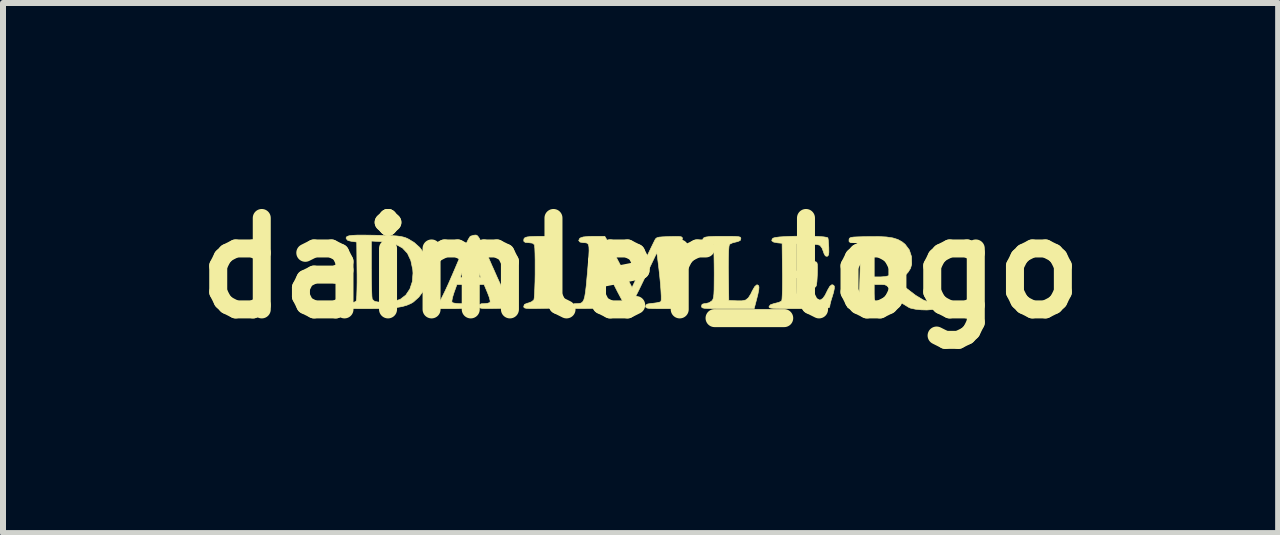
<source format=kicad_pcb>
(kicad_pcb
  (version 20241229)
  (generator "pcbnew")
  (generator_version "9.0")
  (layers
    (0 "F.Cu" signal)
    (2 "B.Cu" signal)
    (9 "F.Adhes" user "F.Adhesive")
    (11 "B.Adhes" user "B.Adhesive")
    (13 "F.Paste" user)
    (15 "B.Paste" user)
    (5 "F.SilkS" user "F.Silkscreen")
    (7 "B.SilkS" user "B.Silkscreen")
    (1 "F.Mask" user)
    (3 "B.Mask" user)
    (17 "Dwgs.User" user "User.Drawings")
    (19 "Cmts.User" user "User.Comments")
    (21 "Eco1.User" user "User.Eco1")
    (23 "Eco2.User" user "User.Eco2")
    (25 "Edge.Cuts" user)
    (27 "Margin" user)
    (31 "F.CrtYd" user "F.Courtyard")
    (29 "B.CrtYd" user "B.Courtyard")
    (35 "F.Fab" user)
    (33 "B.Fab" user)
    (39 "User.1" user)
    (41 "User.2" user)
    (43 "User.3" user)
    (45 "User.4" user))
  (footprint "daimler_logo"
    (layer "F.Cu")
    (at 7.627 1.418)
    (property "Reference" "daimler_logo" (at 0 0 0) (layer "F.SilkS") (effects (font (size 1.524 1.524) (thickness 0.3))))
    (attr through_hole)
    (fp_poly (pts (xy -1.508 -0.529) (xy -1.434 -0.527) (xy -1.388 -0.522) (xy -1.364 -0.513) (xy -1.356 -0.5) (xy -1.355 -0.49) (xy -1.372 -0.457) (xy -1.426 -0.43) (xy -1.439 -0.426) (xy -1.524 -0.4) (xy -1.524 0.083) (xy -1.524 0.243) (xy -1.523 0.365) (xy -1.52 0.455) (xy -1.514 0.518) (xy -1.503 0.558) (xy -1.486 0.58) (xy -1.461 0.59) (xy -1.429 0.593) (xy -1.394 0.593) (xy -1.349 0.598) (xy -1.336 0.62) (xy -1.338 0.63) (xy -1.344 0.644) (xy -1.363 0.655) (xy -1.4 0.662) (xy -1.461 0.667) (xy -1.553 0.671) (xy -1.646 0.673) (xy -1.764 0.675) (xy -1.847 0.675) (xy -1.9 0.672) (xy -1.93 0.666) (xy -1.944 0.656) (xy -1.947 0.641) (xy -1.947 0.638) (xy -1.934 0.606) (xy -1.887 0.586) (xy -1.874 0.584) (xy -1.818 0.563) (xy -1.78 0.533) (xy -1.778 0.53) (xy -1.772 0.498) (xy -1.767 0.431) (xy -1.763 0.338) (xy -1.759 0.227) (xy -1.757 0.106) (xy -1.757 -0.018) (xy -1.757 -0.136) (xy -1.759 -0.241) (xy -1.762 -0.324) (xy -1.767 -0.377) (xy -1.77 -0.39) (xy -1.801 -0.415) (xy -1.865 -0.423) (xy -1.92 -0.427) (xy -1.944 -0.443) (xy -1.947 -0.463) (xy -1.943 -0.488) (xy -1.927 -0.506) (xy -1.892 -0.518) (xy -1.833 -0.525) (xy -1.743 -0.528) (xy -1.618 -0.529) (xy -1.618 -0.529) (xy -1.508 -0.529)) (stroke (width 0.01) (type solid)) (fill yes) (layer "F.SilkS"))
    (fp_poly (pts (xy 1.503 -0.529) (xy 1.582 -0.527) (xy 1.631 -0.523) (xy 1.659 -0.516) (xy 1.67 -0.504) (xy 1.672 -0.489) (xy 1.661 -0.459) (xy 1.62 -0.441) (xy 1.589 -0.434) (xy 1.529 -0.418) (xy 1.488 -0.398) (xy 1.482 -0.393) (xy 1.474 -0.359) (xy 1.468 -0.284) (xy 1.465 -0.167) (xy 1.464 -0.009) (xy 1.465 0.087) (xy 1.471 0.54) (xy 1.606 0.546) (xy 1.692 0.546) (xy 1.752 0.533) (xy 1.797 0.497) (xy 1.837 0.434) (xy 1.863 0.38) (xy 1.903 0.31) (xy 1.936 0.281) (xy 1.946 0.28) (xy 1.966 0.291) (xy 1.974 0.316) (xy 1.971 0.362) (xy 1.956 0.437) (xy 1.934 0.524) (xy 1.894 0.677) (xy 1.455 0.677) (xy 1.308 0.677) (xy 1.199 0.676) (xy 1.12 0.674) (xy 1.068 0.671) (xy 1.037 0.665) (xy 1.022 0.656) (xy 1.017 0.644) (xy 1.016 0.635) (xy 1.026 0.604) (xy 1.063 0.593) (xy 1.079 0.593) (xy 1.142 0.578) (xy 1.185 0.55) (xy 1.2 0.534) (xy 1.21 0.512) (xy 1.218 0.479) (xy 1.223 0.429) (xy 1.226 0.357) (xy 1.227 0.255) (xy 1.228 0.119) (xy 1.228 0.076) (xy 1.227 -0.057) (xy 1.225 -0.176) (xy 1.223 -0.276) (xy 1.219 -0.348) (xy 1.216 -0.387) (xy 1.215 -0.39) (xy 1.184 -0.415) (xy 1.12 -0.423) (xy 1.065 -0.427) (xy 1.041 -0.443) (xy 1.037 -0.463) (xy 1.041 -0.488) (xy 1.056 -0.505) (xy 1.089 -0.517) (xy 1.146 -0.524) (xy 1.231 -0.528) (xy 1.351 -0.529) (xy 1.388 -0.529) (xy 1.503 -0.529)) (stroke (width 0.01) (type solid)) (fill yes) (layer "F.SilkS"))
    (fp_poly (pts (xy -4.454 -0.547) (xy -4.399 -0.546) (xy -4.254 -0.543) (xy -4.145 -0.54) (xy -4.064 -0.535) (xy -4.003 -0.527) (xy -3.955 -0.517) (xy -3.914 -0.504) (xy -3.879 -0.489) (xy -3.775 -0.427) (xy -3.68 -0.342) (xy -3.608 -0.246) (xy -3.576 -0.178) (xy -3.556 -0.081) (xy -3.548 0.037) (xy -3.553 0.16) (xy -3.571 0.268) (xy -3.575 0.28) (xy -3.622 0.385) (xy -3.696 0.485) (xy -3.785 0.565) (xy -3.828 0.591) (xy -3.896 0.62) (xy -3.973 0.642) (xy -4.066 0.658) (xy -4.182 0.669) (xy -4.326 0.675) (xy -4.505 0.677) (xy -4.543 0.677) (xy -4.685 0.677) (xy -4.79 0.676) (xy -4.864 0.674) (xy -4.911 0.669) (xy -4.937 0.663) (xy -4.948 0.654) (xy -4.949 0.641) (xy -4.949 0.64) (xy -4.927 0.612) (xy -4.869 0.594) (xy -4.85 0.591) (xy -4.79 0.577) (xy -4.747 0.556) (xy -4.74 0.549) (xy -4.734 0.52) (xy -4.73 0.455) (xy -4.727 0.36) (xy -4.725 0.243) (xy -4.725 0.109) (xy -4.726 0.042) (xy -4.731 -0.434) (xy -4.815 -0.445) (xy -4.839 -0.45) (xy -4.487 -0.45) (xy -4.487 0.023) (xy -4.486 0.162) (xy -4.484 0.286) (xy -4.481 0.39) (xy -4.478 0.468) (xy -4.473 0.513) (xy -4.471 0.521) (xy -4.439 0.55) (xy -4.424 0.557) (xy -4.377 0.566) (xy -4.302 0.566) (xy -4.213 0.561) (xy -4.125 0.55) (xy -4.05 0.536) (xy -4.006 0.522) (xy -3.913 0.451) (xy -3.845 0.35) (xy -3.804 0.226) (xy -3.793 0.085) (xy -3.797 0.028) (xy -3.829 -0.125) (xy -3.885 -0.245) (xy -3.968 -0.334) (xy -4.081 -0.396) (xy -4.226 -0.431) (xy -4.312 -0.44) (xy -4.487 -0.45) (xy -4.839 -0.45) (xy -4.88 -0.461) (xy -4.906 -0.49) (xy -4.907 -0.491) (xy -4.906 -0.512) (xy -4.891 -0.527) (xy -4.858 -0.538) (xy -4.802 -0.545) (xy -4.719 -0.549) (xy -4.605 -0.549) (xy -4.454 -0.547)) (stroke (width 0.01) (type solid)) (fill yes) (layer "F.SilkS"))
    (fp_poly (pts (xy 4.1 -0.518) (xy 4.206 -0.502) (xy 4.289 -0.476) (xy 4.358 -0.438) (xy 4.41 -0.396) (xy 4.48 -0.303) (xy 4.517 -0.189) (xy 4.52 -0.067) (xy 4.518 -0.056) (xy 4.499 0.008) (xy 4.46 0.069) (xy 4.403 0.13) (xy 4.301 0.229) (xy 4.438 0.342) (xy 4.584 0.454) (xy 4.711 0.531) (xy 4.821 0.575) (xy 4.863 0.584) (xy 4.926 0.602) (xy 4.952 0.627) (xy 4.939 0.658) (xy 4.912 0.677) (xy 4.856 0.692) (xy 4.773 0.699) (xy 4.677 0.696) (xy 4.582 0.686) (xy 4.503 0.669) (xy 4.477 0.659) (xy 4.342 0.576) (xy 4.227 0.458) (xy 4.177 0.387) (xy 4.136 0.326) (xy 4.105 0.293) (xy 4.07 0.278) (xy 4.018 0.275) (xy 4 0.275) (xy 3.895 0.275) (xy 3.895 0.421) (xy 3.897 0.506) (xy 3.909 0.557) (xy 3.936 0.583) (xy 3.986 0.592) (xy 4.025 0.593) (xy 4.07 0.598) (xy 4.082 0.62) (xy 4.081 0.63) (xy 4.074 0.644) (xy 4.056 0.655) (xy 4.02 0.662) (xy 3.96 0.667) (xy 3.87 0.67) (xy 3.76 0.673) (xy 3.639 0.675) (xy 3.554 0.675) (xy 3.499 0.672) (xy 3.468 0.666) (xy 3.455 0.657) (xy 3.454 0.644) (xy 3.454 0.642) (xy 3.48 0.61) (xy 3.532 0.59) (xy 3.587 0.574) (xy 3.626 0.553) (xy 3.627 0.552) (xy 3.634 0.524) (xy 3.641 0.462) (xy 3.647 0.373) (xy 3.653 0.265) (xy 3.657 0.148) (xy 3.895 0.148) (xy 4.002 0.148) (xy 4.077 0.142) (xy 4.145 0.127) (xy 4.167 0.118) (xy 4.231 0.062) (xy 4.268 -0.025) (xy 4.276 -0.108) (xy 4.261 -0.224) (xy 4.216 -0.312) (xy 4.138 -0.373) (xy 4.027 -0.41) (xy 3.99 -0.416) (xy 3.895 -0.429) (xy 3.895 0.148) (xy 3.657 0.148) (xy 3.657 0.146) (xy 3.66 0.022) (xy 3.662 -0.097) (xy 3.661 -0.205) (xy 3.659 -0.294) (xy 3.655 -0.355) (xy 3.652 -0.374) (xy 3.637 -0.407) (xy 3.604 -0.421) (xy 3.554 -0.423) (xy 3.5 -0.426) (xy 3.477 -0.438) (xy 3.475 -0.466) (xy 3.475 -0.471) (xy 3.479 -0.489) (xy 3.49 -0.502) (xy 3.513 -0.511) (xy 3.556 -0.517) (xy 3.625 -0.52) (xy 3.726 -0.523) (xy 3.797 -0.524) (xy 3.966 -0.525) (xy 4.1 -0.518)) (stroke (width 0.01) (type solid)) (fill yes) (layer "F.SilkS"))
    (fp_poly (pts (xy -2.732 -0.547) (xy -2.715 -0.534) (xy -2.695 -0.508) (xy -2.67 -0.464) (xy -2.637 -0.398) (xy -2.594 -0.307) (xy -2.539 -0.185) (xy -2.471 -0.029) (xy -2.457 0.001) (xy -2.389 0.155) (xy -2.326 0.292) (xy -2.272 0.406) (xy -2.227 0.494) (xy -2.195 0.551) (xy -2.178 0.572) (xy -2.125 0.59) (xy -2.095 0.593) (xy -2.061 0.603) (xy -2.057 0.63) (xy -2.064 0.644) (xy -2.082 0.655) (xy -2.118 0.662) (xy -2.178 0.667) (xy -2.269 0.67) (xy -2.376 0.673) (xy -2.497 0.675) (xy -2.582 0.675) (xy -2.637 0.673) (xy -2.669 0.667) (xy -2.684 0.657) (xy -2.688 0.643) (xy -2.688 0.636) (xy -2.681 0.607) (xy -2.653 0.595) (xy -2.605 0.593) (xy -2.548 0.587) (xy -2.511 0.574) (xy -2.507 0.57) (xy -2.508 0.54) (xy -2.523 0.484) (xy -2.55 0.413) (xy -2.551 0.411) (xy -2.608 0.275) (xy -3.061 0.275) (xy -3.11 0.412) (xy -3.132 0.483) (xy -3.144 0.54) (xy -3.144 0.57) (xy -3.144 0.57) (xy -3.116 0.583) (xy -3.062 0.591) (xy -3.026 0.593) (xy -2.963 0.595) (xy -2.931 0.605) (xy -2.921 0.626) (xy -2.921 0.635) (xy -2.923 0.652) (xy -2.934 0.664) (xy -2.961 0.671) (xy -3.01 0.675) (xy -3.088 0.677) (xy -3.201 0.677) (xy -3.207 0.677) (xy -3.322 0.677) (xy -3.401 0.675) (xy -3.451 0.671) (xy -3.478 0.664) (xy -3.49 0.653) (xy -3.492 0.636) (xy -3.493 0.635) (xy -3.479 0.601) (xy -3.442 0.593) (xy -3.387 0.579) (xy -3.35 0.556) (xy -3.33 0.527) (xy -3.298 0.464) (xy -3.254 0.374) (xy -3.202 0.261) (xy -3.154 0.151) (xy -2.999 0.151) (xy -2.986 0.162) (xy -2.949 0.167) (xy -2.88 0.169) (xy -2.839 0.169) (xy -2.759 0.168) (xy -2.699 0.163) (xy -2.669 0.156) (xy -2.667 0.153) (xy -2.674 0.126) (xy -2.694 0.072) (xy -2.722 0.002) (xy -2.754 -0.076) (xy -2.785 -0.149) (xy -2.813 -0.21) (xy -2.831 -0.247) (xy -2.836 -0.254) (xy -2.848 -0.235) (xy -2.871 -0.185) (xy -2.902 -0.11) (xy -2.939 -0.019) (xy -2.977 0.08) (xy -2.997 0.132) (xy -2.999 0.151) (xy -3.154 0.151) (xy -3.145 0.131) (xy -3.091 0.005) (xy -3.022 -0.157) (xy -2.961 -0.294) (xy -2.909 -0.402) (xy -2.87 -0.48) (xy -2.843 -0.523) (xy -2.836 -0.53) (xy -2.782 -0.547) (xy -2.748 -0.55) (xy -2.732 -0.547)) (stroke (width 0.01) (type solid)) (fill yes) (layer "F.SilkS"))
    (fp_poly (pts (xy 2.869 -0.53) (xy 2.971 -0.526) (xy 3.052 -0.52) (xy 3.106 -0.511) (xy 3.123 -0.503) (xy 3.129 -0.469) (xy 3.134 -0.407) (xy 3.138 -0.339) (xy 3.139 -0.263) (xy 3.134 -0.22) (xy 3.12 -0.2) (xy 3.107 -0.195) (xy 3.08 -0.203) (xy 3.058 -0.243) (xy 3.048 -0.273) (xy 3.025 -0.333) (xy 2.994 -0.375) (xy 2.985 -0.381) (xy 2.946 -0.391) (xy 2.877 -0.398) (xy 2.793 -0.402) (xy 2.774 -0.402) (xy 2.603 -0.402) (xy 2.603 0.044) (xy 2.725 0.038) (xy 2.794 0.033) (xy 2.831 0.024) (xy 2.847 0.005) (xy 2.853 -0.032) (xy 2.854 -0.037) (xy 2.866 -0.088) (xy 2.893 -0.106) (xy 2.899 -0.106) (xy 2.923 -0.104) (xy 2.939 -0.092) (xy 2.947 -0.063) (xy 2.949 -0.01) (xy 2.948 0.074) (xy 2.946 0.127) (xy 2.94 0.225) (xy 2.932 0.287) (xy 2.919 0.315) (xy 2.912 0.318) (xy 2.888 0.299) (xy 2.867 0.255) (xy 2.865 0.249) (xy 2.851 0.21) (xy 2.831 0.188) (xy 2.792 0.178) (xy 2.725 0.174) (xy 2.603 0.167) (xy 2.603 0.318) (xy 2.606 0.419) (xy 2.616 0.486) (xy 2.643 0.525) (xy 2.692 0.544) (xy 2.77 0.55) (xy 2.825 0.55) (xy 2.923 0.548) (xy 2.99 0.536) (xy 3.038 0.507) (xy 3.076 0.454) (xy 3.117 0.371) (xy 3.121 0.363) (xy 3.156 0.303) (xy 3.191 0.277) (xy 3.22 0.287) (xy 3.231 0.306) (xy 3.23 0.342) (xy 3.218 0.403) (xy 3.198 0.469) (xy 3.175 0.543) (xy 3.159 0.606) (xy 3.154 0.639) (xy 3.151 0.651) (xy 3.141 0.66) (xy 3.118 0.667) (xy 3.076 0.672) (xy 3.012 0.675) (xy 2.92 0.676) (xy 2.796 0.677) (xy 2.644 0.677) (xy 2.484 0.677) (xy 2.362 0.676) (xy 2.272 0.675) (xy 2.21 0.671) (xy 2.171 0.667) (xy 2.149 0.66) (xy 2.142 0.651) (xy 2.142 0.641) (xy 2.167 0.611) (xy 2.232 0.59) (xy 2.242 0.588) (xy 2.303 0.573) (xy 2.345 0.553) (xy 2.353 0.546) (xy 2.358 0.517) (xy 2.362 0.453) (xy 2.365 0.36) (xy 2.366 0.244) (xy 2.366 0.111) (xy 2.365 0.053) (xy 2.36 -0.413) (xy 2.286 -0.42) (xy 2.218 -0.433) (xy 2.187 -0.455) (xy 2.195 -0.485) (xy 2.211 -0.499) (xy 2.245 -0.509) (xy 2.312 -0.518) (xy 2.404 -0.524) (xy 2.513 -0.529) (xy 2.632 -0.531) (xy 2.753 -0.532) (xy 2.869 -0.53)) (stroke (width 0.01) (type solid)) (fill yes) (layer "F.SilkS"))
    (fp_poly (pts (xy -0.555 -0.46) (xy -0.532 -0.42) (xy -0.494 -0.349) (xy -0.444 -0.255) (xy -0.387 -0.146) (xy -0.328 -0.034) (xy -0.142 0.324) (xy 0.034 -0.044) (xy 0.091 -0.163) (xy 0.143 -0.271) (xy 0.187 -0.362) (xy 0.22 -0.429) (xy 0.238 -0.465) (xy 0.238 -0.466) (xy 0.253 -0.49) (xy 0.273 -0.505) (xy 0.308 -0.515) (xy 0.365 -0.52) (xy 0.453 -0.524) (xy 0.482 -0.525) (xy 0.58 -0.527) (xy 0.643 -0.526) (xy 0.678 -0.521) (xy 0.694 -0.51) (xy 0.698 -0.493) (xy 0.699 -0.489) (xy 0.686 -0.456) (xy 0.644 -0.437) (xy 0.623 -0.432) (xy 0.57 -0.415) (xy 0.538 -0.392) (xy 0.536 -0.389) (xy 0.535 -0.36) (xy 0.538 -0.297) (xy 0.544 -0.208) (xy 0.553 -0.099) (xy 0.564 0.021) (xy 0.576 0.145) (xy 0.588 0.265) (xy 0.6 0.374) (xy 0.611 0.463) (xy 0.62 0.525) (xy 0.626 0.553) (xy 0.626 0.553) (xy 0.654 0.568) (xy 0.684 0.572) (xy 0.743 0.583) (xy 0.776 0.611) (xy 0.776 0.643) (xy 0.766 0.656) (xy 0.743 0.666) (xy 0.702 0.672) (xy 0.635 0.675) (xy 0.537 0.677) (xy 0.424 0.677) (xy 0.297 0.677) (xy 0.206 0.676) (xy 0.146 0.673) (xy 0.11 0.667) (xy 0.091 0.658) (xy 0.085 0.645) (xy 0.085 0.638) (xy 0.092 0.614) (xy 0.119 0.599) (xy 0.177 0.59) (xy 0.202 0.588) (xy 0.27 0.579) (xy 0.322 0.567) (xy 0.34 0.558) (xy 0.345 0.529) (xy 0.345 0.465) (xy 0.34 0.371) (xy 0.331 0.254) (xy 0.318 0.118) (xy 0.301 -0.03) (xy 0.284 -0.166) (xy 0.272 -0.257) (xy 0.048 0.21) (xy -0.033 0.377) (xy -0.098 0.505) (xy -0.149 0.597) (xy -0.185 0.654) (xy -0.207 0.677) (xy -0.21 0.677) (xy -0.231 0.66) (xy -0.267 0.606) (xy -0.319 0.516) (xy -0.387 0.388) (xy -0.471 0.223) (xy -0.472 0.22) (xy -0.536 0.093) (xy -0.594 -0.019) (xy -0.644 -0.111) (xy -0.682 -0.18) (xy -0.706 -0.219) (xy -0.713 -0.226) (xy -0.718 -0.202) (xy -0.726 -0.142) (xy -0.735 -0.055) (xy -0.744 0.054) (xy -0.753 0.163) (xy -0.764 0.308) (xy -0.77 0.416) (xy -0.769 0.492) (xy -0.759 0.543) (xy -0.738 0.573) (xy -0.705 0.587) (xy -0.657 0.592) (xy -0.598 0.593) (xy -0.532 0.595) (xy -0.499 0.603) (xy -0.49 0.62) (xy -0.491 0.63) (xy -0.498 0.644) (xy -0.515 0.654) (xy -0.551 0.662) (xy -0.61 0.667) (xy -0.699 0.67) (xy -0.82 0.673) (xy -0.944 0.675) (xy -1.031 0.675) (xy -1.088 0.673) (xy -1.121 0.668) (xy -1.137 0.659) (xy -1.143 0.645) (xy -1.143 0.636) (xy -1.134 0.605) (xy -1.101 0.594) (xy -1.073 0.593) (xy -1.029 0.591) (xy -0.994 0.585) (xy -0.968 0.567) (xy -0.947 0.534) (xy -0.931 0.48) (xy -0.918 0.402) (xy -0.905 0.292) (xy -0.892 0.148) (xy -0.885 0.074) (xy -0.872 -0.083) (xy -0.862 -0.203) (xy -0.858 -0.29) (xy -0.86 -0.351) (xy -0.868 -0.39) (xy -0.883 -0.411) (xy -0.906 -0.42) (xy -0.938 -0.423) (xy -0.957 -0.423) (xy -1.009 -0.433) (xy -1.031 -0.459) (xy -1.015 -0.492) (xy -1.005 -0.501) (xy -0.956 -0.518) (xy -0.867 -0.527) (xy -0.781 -0.529) (xy -0.596 -0.529) (xy -0.555 -0.46)) (stroke (width 0.01) (type solid)) (fill yes) (layer "F.SilkS")))
  (gr_rect
    (start -3 -3)
    (end 18.255 5.836)
    (stroke (width 0.1) (type default))
    (fill no)
    (layer "Edge.Cuts")))
</source>
